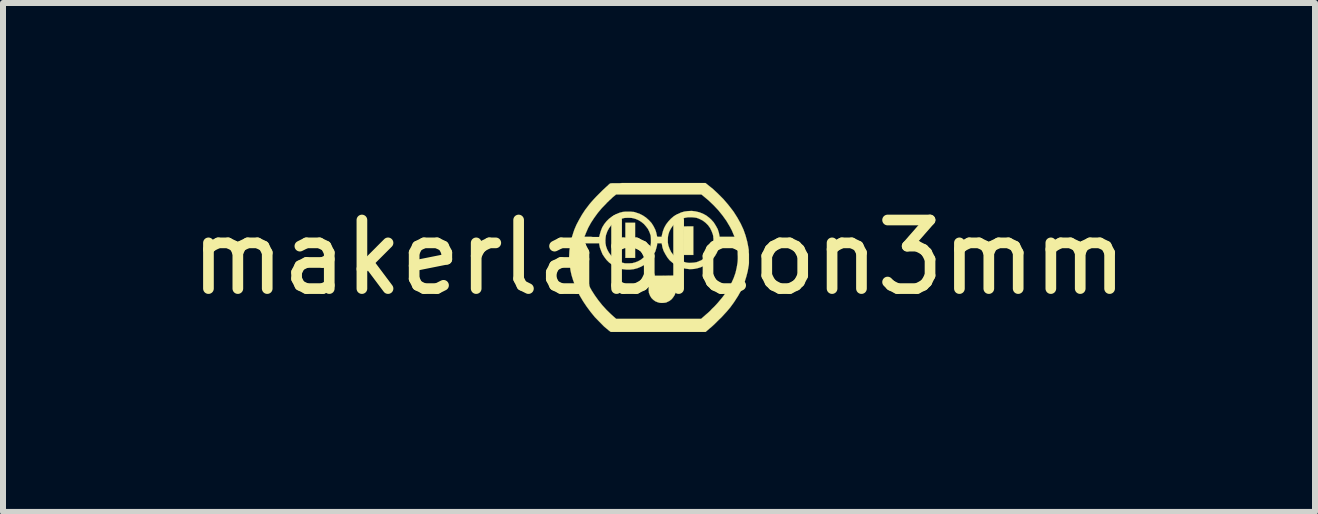
<source format=kicad_pcb>
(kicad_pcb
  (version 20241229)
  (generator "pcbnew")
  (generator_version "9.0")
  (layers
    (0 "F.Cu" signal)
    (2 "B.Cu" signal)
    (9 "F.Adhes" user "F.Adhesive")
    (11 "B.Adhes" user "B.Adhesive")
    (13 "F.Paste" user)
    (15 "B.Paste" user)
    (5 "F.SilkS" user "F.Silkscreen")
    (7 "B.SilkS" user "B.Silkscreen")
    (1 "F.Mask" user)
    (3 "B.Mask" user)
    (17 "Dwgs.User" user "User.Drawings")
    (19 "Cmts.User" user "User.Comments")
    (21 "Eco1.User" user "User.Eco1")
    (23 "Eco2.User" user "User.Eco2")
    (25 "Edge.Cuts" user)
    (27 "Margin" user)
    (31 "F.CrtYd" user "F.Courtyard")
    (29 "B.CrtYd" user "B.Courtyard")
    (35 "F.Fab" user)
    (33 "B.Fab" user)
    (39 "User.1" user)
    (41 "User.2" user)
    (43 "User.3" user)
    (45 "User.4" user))
  (footprint "makerlabIcon3mm"
    (layer "F.Cu")
    (at 7.936 1.241)
    (property "Reference" "makerlabIcon3mm" (at 0 0 0) (layer "F.SilkS") (effects (font (size 1.143 1.143) (thickness 0.178))))
    (attr through_hole)
    (fp_poly (pts (xy -0.399 0.008) (xy -0.48 0.008) (xy -0.561 0.008) (xy -0.561 -0.284) (xy -0.561 -0.579) (xy -0.48 -0.579) (xy -0.399 -0.579) (xy -0.399 -0.284) (xy -0.399 0.008)) (stroke (width 0.003) (type solid)) (fill yes) (layer "F.SilkS"))
    (fp_poly (pts (xy 0.572 -0.041) (xy 0.49 -0.041) (xy 0.409 -0.041) (xy 0.409 -0.277) (xy 0.411 -0.516) (xy 0.49 -0.518) (xy 0.572 -0.518) (xy 0.572 -0.279) (xy 0.572 -0.041)) (stroke (width 0.003) (type solid)) (fill yes) (layer "F.SilkS"))
    (fp_poly (pts (xy 0.277 0.302) (xy 0.277 0.45) (xy 0.274 0.594) (xy 0.259 0.63) (xy 0.236 0.665) (xy 0.208 0.699) (xy 0.173 0.726) (xy 0.135 0.744) (xy 0.119 0.752) (xy 0.084 0.757) (xy 0.048 0.759) (xy 0.013 0.757) (xy -0.018 0.749) (xy -0.061 0.732) (xy -0.097 0.706) (xy -0.127 0.676) (xy -0.15 0.638) (xy -0.165 0.599) (xy -0.168 0.592) (xy -0.17 0.582) (xy -0.17 0.569) (xy -0.173 0.556) (xy -0.173 0.536) (xy -0.173 0.513) (xy -0.173 0.48) (xy -0.173 0.442) (xy -0.173 0.439) (xy -0.173 0.305) (xy 0.051 0.305) (xy 0.277 0.302)) (stroke (width 0.003) (type solid)) (fill yes) (layer "F.SilkS"))
    (fp_poly (pts (xy 1.499 0.025) (xy 1.499 0.064) (xy 1.499 0.097) (xy 1.496 0.127) (xy 1.494 0.137) (xy 1.478 0.231) (xy 1.455 0.32) (xy 1.427 0.409) (xy 1.394 0.493) (xy 1.354 0.577) (xy 1.313 0.65) (xy 1.313 0.025) (xy 1.313 -0.015) (xy 1.311 -0.056) (xy 1.311 -0.097) (xy 1.306 -0.135) (xy 1.303 -0.168) (xy 1.3 -0.18) (xy 1.295 -0.201) (xy 1.293 -0.216) (xy 1.29 -0.229) (xy 1.288 -0.234) (xy 1.285 -0.234) (xy 1.273 -0.234) (xy 1.257 -0.236) (xy 1.257 -0.343) (xy 1.255 -0.353) (xy 1.247 -0.371) (xy 1.237 -0.394) (xy 1.227 -0.419) (xy 1.214 -0.45) (xy 1.199 -0.478) (xy 1.186 -0.503) (xy 1.179 -0.516) (xy 1.123 -0.61) (xy 1.059 -0.699) (xy 0.988 -0.787) (xy 0.909 -0.871) (xy 0.826 -0.95) (xy 0.747 -1.016) (xy 0.706 -1.049) (xy -0.005 -1.049) (xy -0.716 -1.049) (xy -0.762 -1.011) (xy -0.78 -0.996) (xy -0.8 -0.975) (xy -0.826 -0.953) (xy -0.848 -0.93) (xy -0.874 -0.907) (xy -0.874 -0.904) (xy -0.953 -0.823) (xy -1.021 -0.742) (xy -1.082 -0.658) (xy -1.135 -0.577) (xy -1.181 -0.493) (xy -1.219 -0.406) (xy -1.222 -0.399) (xy -1.229 -0.378) (xy -1.237 -0.363) (xy -1.242 -0.351) (xy -1.242 -0.345) (xy -1.24 -0.345) (xy -1.227 -0.343) (xy -1.209 -0.343) (xy -1.186 -0.343) (xy -1.161 -0.343) (xy -1.133 -0.343) (xy -1.105 -0.34) (xy -1.077 -0.34) (xy -1.052 -0.34) (xy -1.031 -0.34) (xy -1.013 -0.34) (xy -1.001 -0.34) (xy -0.998 -0.345) (xy -0.993 -0.356) (xy -0.991 -0.371) (xy -0.988 -0.381) (xy -0.97 -0.442) (xy -0.947 -0.5) (xy -0.914 -0.554) (xy -0.876 -0.602) (xy -0.833 -0.645) (xy -0.782 -0.683) (xy -0.726 -0.716) (xy -0.665 -0.742) (xy -0.632 -0.752) (xy -0.617 -0.754) (xy -0.605 -0.759) (xy -0.589 -0.759) (xy -0.572 -0.762) (xy -0.549 -0.762) (xy -0.518 -0.762) (xy -0.513 -0.762) (xy -0.485 -0.762) (xy -0.462 -0.762) (xy -0.445 -0.759) (xy -0.429 -0.759) (xy -0.417 -0.757) (xy -0.401 -0.754) (xy -0.389 -0.749) (xy -0.328 -0.729) (xy -0.269 -0.699) (xy -0.216 -0.663) (xy -0.168 -0.62) (xy -0.124 -0.572) (xy -0.089 -0.516) (xy -0.079 -0.495) (xy -0.066 -0.47) (xy -0.056 -0.445) (xy -0.048 -0.419) (xy -0.041 -0.389) (xy -0.033 -0.353) (xy -0.03 -0.348) (xy -0.028 -0.345) (xy -0.02 -0.343) (xy -0.008 -0.343) (xy 0.005 -0.343) (xy 0.043 -0.343) (xy 0.048 -0.371) (xy 0.064 -0.434) (xy 0.086 -0.493) (xy 0.117 -0.549) (xy 0.155 -0.599) (xy 0.198 -0.645) (xy 0.246 -0.686) (xy 0.3 -0.719) (xy 0.315 -0.724) (xy 0.368 -0.749) (xy 0.424 -0.765) (xy 0.48 -0.772) (xy 0.546 -0.775) (xy 0.61 -0.767) (xy 0.673 -0.752) (xy 0.732 -0.729) (xy 0.787 -0.699) (xy 0.838 -0.66) (xy 0.869 -0.632) (xy 0.912 -0.584) (xy 0.947 -0.528) (xy 0.978 -0.472) (xy 0.998 -0.409) (xy 1.008 -0.358) (xy 1.011 -0.343) (xy 1.133 -0.343) (xy 1.257 -0.343) (xy 1.257 -0.236) (xy 1.255 -0.236) (xy 1.232 -0.236) (xy 1.204 -0.236) (xy 1.176 -0.236) (xy 1.146 -0.236) (xy 1.115 -0.236) (xy 1.087 -0.236) (xy 1.062 -0.236) (xy 1.039 -0.236) (xy 1.024 -0.236) (xy 1.013 -0.236) (xy 1.011 -0.236) (xy 1.008 -0.231) (xy 1.008 -0.218) (xy 1.003 -0.203) (xy 1.003 -0.198) (xy 0.988 -0.135) (xy 0.963 -0.076) (xy 0.932 -0.023) (xy 0.907 0.01) (xy 0.907 -0.279) (xy 0.907 -0.287) (xy 0.907 -0.315) (xy 0.904 -0.338) (xy 0.904 -0.356) (xy 0.899 -0.373) (xy 0.897 -0.384) (xy 0.876 -0.439) (xy 0.851 -0.49) (xy 0.818 -0.536) (xy 0.777 -0.577) (xy 0.732 -0.612) (xy 0.688 -0.635) (xy 0.655 -0.65) (xy 0.625 -0.66) (xy 0.592 -0.665) (xy 0.556 -0.668) (xy 0.526 -0.668) (xy 0.498 -0.668) (xy 0.478 -0.668) (xy 0.462 -0.665) (xy 0.447 -0.663) (xy 0.432 -0.66) (xy 0.424 -0.658) (xy 0.376 -0.64) (xy 0.333 -0.617) (xy 0.295 -0.592) (xy 0.264 -0.564) (xy 0.226 -0.523) (xy 0.196 -0.478) (xy 0.17 -0.427) (xy 0.155 -0.378) (xy 0.15 -0.351) (xy 0.147 -0.318) (xy 0.147 -0.284) (xy 0.147 -0.249) (xy 0.152 -0.218) (xy 0.155 -0.201) (xy 0.175 -0.145) (xy 0.201 -0.091) (xy 0.234 -0.046) (xy 0.274 -0.005) (xy 0.318 0.028) (xy 0.368 0.056) (xy 0.422 0.076) (xy 0.447 0.084) (xy 0.478 0.089) (xy 0.513 0.091) (xy 0.551 0.089) (xy 0.587 0.086) (xy 0.617 0.081) (xy 0.62 0.081) (xy 0.635 0.076) (xy 0.655 0.069) (xy 0.678 0.058) (xy 0.699 0.051) (xy 0.747 0.02) (xy 0.79 -0.015) (xy 0.828 -0.056) (xy 0.859 -0.104) (xy 0.884 -0.157) (xy 0.894 -0.188) (xy 0.899 -0.206) (xy 0.902 -0.221) (xy 0.904 -0.236) (xy 0.907 -0.254) (xy 0.907 -0.279) (xy 0.907 0.01) (xy 0.894 0.028) (xy 0.848 0.074) (xy 0.798 0.112) (xy 0.744 0.142) (xy 0.693 0.165) (xy 0.643 0.18) (xy 0.589 0.191) (xy 0.574 0.193) (xy 0.511 0.196) (xy 0.447 0.188) (xy 0.386 0.175) (xy 0.328 0.152) (xy 0.272 0.124) (xy 0.221 0.086) (xy 0.175 0.046) (xy 0.142 0.005) (xy 0.107 -0.051) (xy 0.076 -0.109) (xy 0.056 -0.17) (xy 0.051 -0.201) (xy 0.043 -0.236) (xy 0.008 -0.236) (xy -0.03 -0.236) (xy -0.033 -0.203) (xy -0.046 -0.152) (xy -0.061 -0.102) (xy -0.086 -0.051) (xy -0.109 -0.008) (xy -0.124 0.01) (xy -0.135 0.02) (xy -0.135 -0.274) (xy -0.135 -0.31) (xy -0.137 -0.34) (xy -0.14 -0.368) (xy -0.142 -0.373) (xy -0.16 -0.424) (xy -0.185 -0.475) (xy -0.218 -0.518) (xy -0.251 -0.556) (xy -0.295 -0.592) (xy -0.343 -0.622) (xy -0.394 -0.643) (xy -0.419 -0.65) (xy -0.455 -0.658) (xy -0.493 -0.66) (xy -0.533 -0.66) (xy -0.574 -0.658) (xy -0.607 -0.65) (xy -0.66 -0.632) (xy -0.714 -0.605) (xy -0.759 -0.572) (xy -0.8 -0.533) (xy -0.833 -0.488) (xy -0.861 -0.437) (xy -0.881 -0.381) (xy -0.884 -0.373) (xy -0.889 -0.343) (xy -0.892 -0.31) (xy -0.894 -0.272) (xy -0.892 -0.234) (xy -0.886 -0.201) (xy -0.884 -0.188) (xy -0.864 -0.132) (xy -0.838 -0.084) (xy -0.805 -0.038) (xy -0.767 0.003) (xy -0.724 0.038) (xy -0.676 0.064) (xy -0.625 0.084) (xy -0.622 0.086) (xy -0.597 0.091) (xy -0.577 0.097) (xy -0.554 0.099) (xy -0.531 0.099) (xy -0.5 0.099) (xy -0.472 0.097) (xy -0.45 0.097) (xy -0.429 0.091) (xy -0.409 0.086) (xy -0.406 0.086) (xy -0.353 0.066) (xy -0.302 0.038) (xy -0.259 0.003) (xy -0.218 -0.038) (xy -0.185 -0.084) (xy -0.16 -0.137) (xy -0.145 -0.183) (xy -0.14 -0.208) (xy -0.135 -0.239) (xy -0.135 -0.274) (xy -0.135 0.02) (xy -0.145 0.033) (xy -0.168 0.058) (xy -0.193 0.081) (xy -0.216 0.102) (xy -0.236 0.119) (xy -0.241 0.122) (xy -0.3 0.155) (xy -0.361 0.18) (xy -0.422 0.196) (xy -0.483 0.203) (xy -0.546 0.203) (xy -0.607 0.196) (xy -0.668 0.18) (xy -0.726 0.155) (xy -0.782 0.122) (xy -0.833 0.084) (xy -0.874 0.043) (xy -0.909 -0.003) (xy -0.942 -0.053) (xy -0.965 -0.109) (xy -0.986 -0.165) (xy -0.996 -0.216) (xy -0.998 -0.236) (xy -1.135 -0.236) (xy -1.273 -0.236) (xy -1.28 -0.196) (xy -1.29 -0.102) (xy -1.293 -0.01) (xy -1.288 0.084) (xy -1.273 0.175) (xy -1.25 0.269) (xy -1.217 0.361) (xy -1.176 0.455) (xy -1.168 0.47) (xy -1.123 0.551) (xy -1.069 0.635) (xy -1.011 0.716) (xy -0.945 0.798) (xy -0.876 0.874) (xy -0.803 0.945) (xy -0.752 0.991) (xy -0.714 1.024) (xy -0.008 1.024) (xy 0.701 1.024) (xy 0.754 0.978) (xy 0.782 0.953) (xy 0.815 0.925) (xy 0.851 0.892) (xy 0.884 0.856) (xy 0.919 0.823) (xy 0.95 0.79) (xy 0.978 0.759) (xy 0.991 0.744) (xy 1.057 0.665) (xy 1.115 0.587) (xy 1.166 0.505) (xy 1.206 0.429) (xy 1.245 0.343) (xy 1.275 0.257) (xy 1.295 0.17) (xy 1.308 0.091) (xy 1.311 0.061) (xy 1.313 0.025) (xy 1.313 0.65) (xy 1.306 0.66) (xy 1.252 0.744) (xy 1.189 0.831) (xy 1.143 0.886) (xy 1.123 0.909) (xy 1.097 0.937) (xy 1.067 0.97) (xy 1.036 1.003) (xy 1.001 1.036) (xy 0.965 1.072) (xy 0.932 1.105) (xy 0.897 1.138) (xy 0.866 1.166) (xy 0.841 1.186) (xy 0.777 1.242) (xy -0.015 1.242) (xy -0.805 1.242) (xy -0.836 1.219) (xy -0.917 1.151) (xy -0.993 1.074) (xy -1.069 0.996) (xy -1.14 0.909) (xy -1.206 0.82) (xy -1.267 0.729) (xy -1.321 0.638) (xy -1.367 0.546) (xy -1.402 0.462) (xy -1.433 0.378) (xy -1.458 0.297) (xy -1.476 0.216) (xy -1.483 0.16) (xy -1.488 0.14) (xy -1.491 0.119) (xy -1.494 0.104) (xy -1.494 0.099) (xy -1.496 0.089) (xy -1.496 0.071) (xy -1.496 0.048) (xy -1.499 0.02) (xy -1.499 -0.008) (xy -1.494 -0.109) (xy -1.481 -0.211) (xy -1.46 -0.312) (xy -1.43 -0.409) (xy -1.412 -0.462) (xy -1.377 -0.544) (xy -1.333 -0.627) (xy -1.285 -0.711) (xy -1.232 -0.792) (xy -1.173 -0.869) (xy -1.166 -0.879) (xy -1.13 -0.922) (xy -1.087 -0.97) (xy -1.041 -1.019) (xy -0.993 -1.067) (xy -0.945 -1.115) (xy -0.899 -1.158) (xy -0.874 -1.181) (xy -0.856 -1.196) (xy -0.841 -1.212) (xy -0.828 -1.222) (xy -0.82 -1.229) (xy -0.82 -1.232) (xy -0.818 -1.232) (xy -0.815 -1.234) (xy -0.813 -1.234) (xy -0.805 -1.234) (xy -0.798 -1.234) (xy -0.79 -1.237) (xy -0.777 -1.237) (xy -0.759 -1.237) (xy -0.742 -1.237) (xy -0.716 -1.237) (xy -0.691 -1.237) (xy -0.658 -1.237) (xy -0.62 -1.24) (xy -0.577 -1.24) (xy -0.528 -1.24) (xy -0.472 -1.24) (xy -0.411 -1.24) (xy -0.343 -1.24) (xy -0.267 -1.24) (xy -0.183 -1.24) (xy -0.091 -1.24) (xy -0.02 -1.24) (xy 0.775 -1.24) (xy 0.81 -1.212) (xy 0.902 -1.138) (xy 0.988 -1.057) (xy 1.072 -0.973) (xy 1.151 -0.881) (xy 1.222 -0.79) (xy 1.245 -0.759) (xy 1.306 -0.663) (xy 1.361 -0.564) (xy 1.407 -0.465) (xy 1.443 -0.363) (xy 1.471 -0.259) (xy 1.491 -0.155) (xy 1.491 -0.152) (xy 1.496 -0.124) (xy 1.496 -0.091) (xy 1.499 -0.056) (xy 1.499 -0.015) (xy 1.499 0.025)) (stroke (width 0.003) (type solid)) (fill yes) (layer "F.SilkS")))
  (gr_rect
    (start -3 -3)
    (end 18.871 5.484)
    (stroke (width 0.1) (type default))
    (fill no)
    (layer "Edge.Cuts")))
</source>
